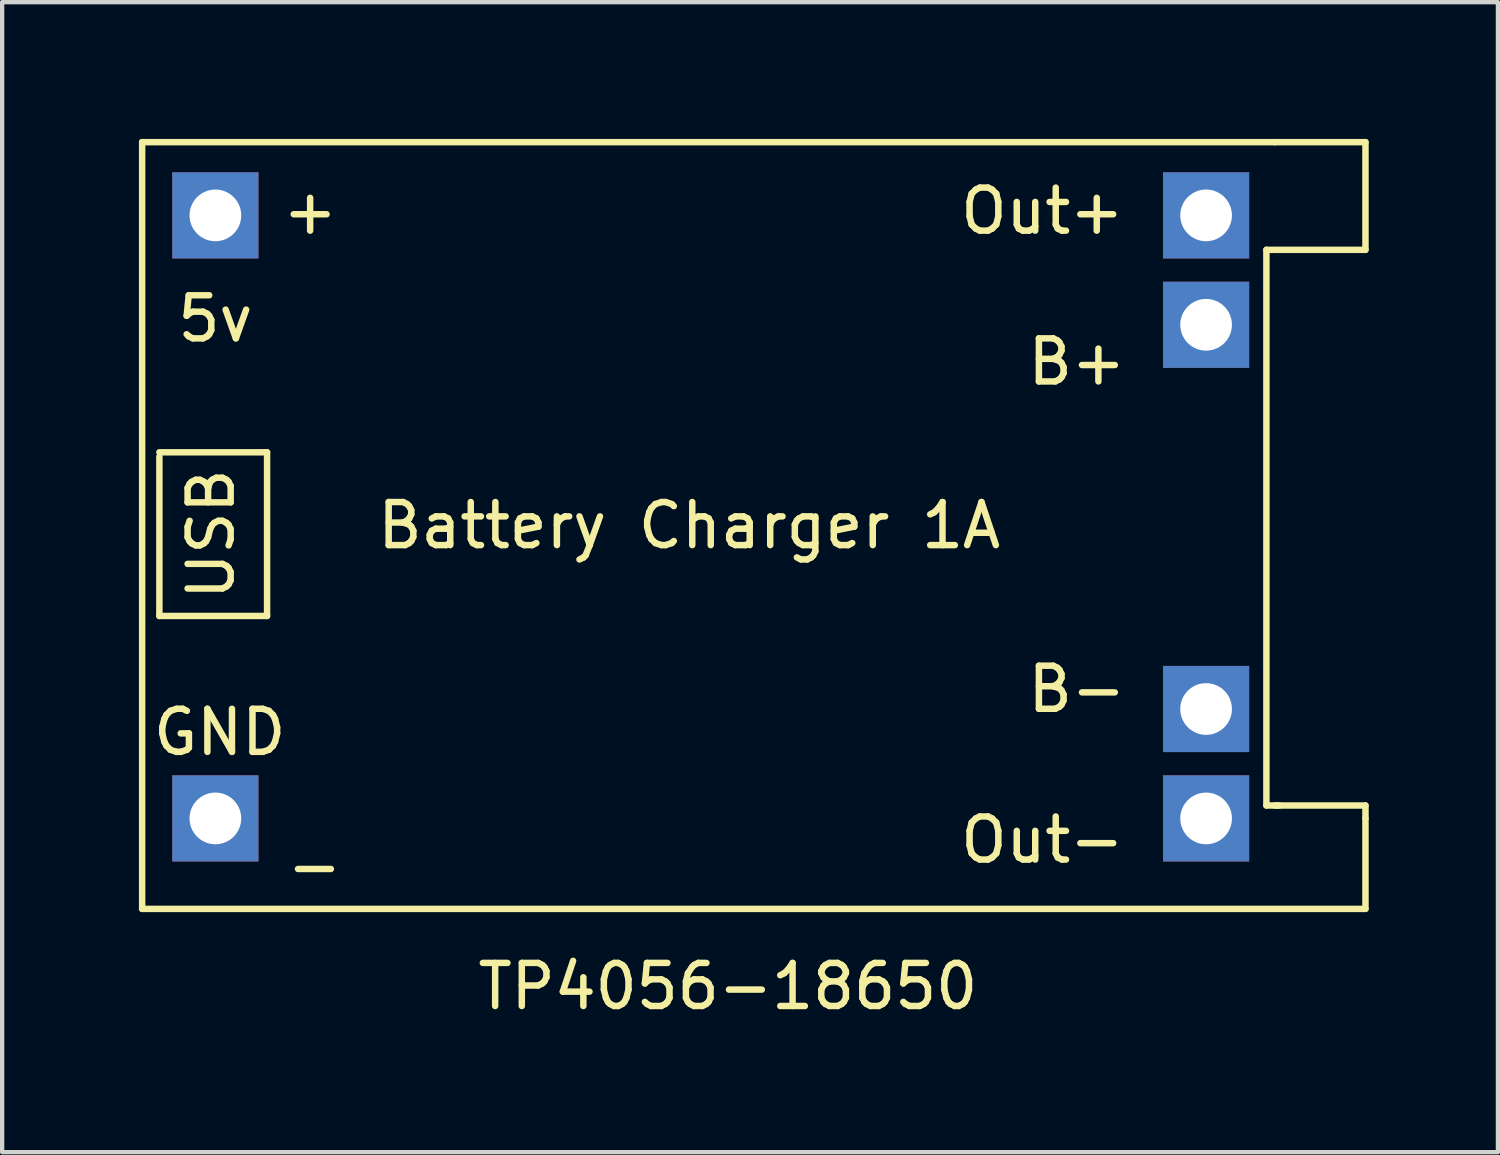
<source format=kicad_pcb>
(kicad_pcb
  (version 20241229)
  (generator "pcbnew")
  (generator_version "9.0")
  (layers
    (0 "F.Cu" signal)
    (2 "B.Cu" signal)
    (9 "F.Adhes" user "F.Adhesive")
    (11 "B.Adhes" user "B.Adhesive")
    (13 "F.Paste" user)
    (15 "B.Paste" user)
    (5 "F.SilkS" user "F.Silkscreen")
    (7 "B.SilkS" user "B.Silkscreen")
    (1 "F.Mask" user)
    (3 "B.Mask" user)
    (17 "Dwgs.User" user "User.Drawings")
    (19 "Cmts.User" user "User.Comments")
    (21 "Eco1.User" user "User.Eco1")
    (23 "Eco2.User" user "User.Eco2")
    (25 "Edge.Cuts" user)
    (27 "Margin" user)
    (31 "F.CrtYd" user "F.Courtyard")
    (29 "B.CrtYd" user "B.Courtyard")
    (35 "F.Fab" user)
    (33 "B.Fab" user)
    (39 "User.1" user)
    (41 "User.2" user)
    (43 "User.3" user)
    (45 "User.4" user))
  (footprint "TP4056-18650"
    (layer "F.Cu")
    (at 0.25 0.25)
    (property "Reference" "TP4056-18650" (at 13.6 19.6 0) (layer "F.SilkS") (effects (font (size 1 1) (thickness 0.15))))
    (attr through_hole)
    (fp_line (start 0 0) (end 26.3 0) (stroke (width 0.15) (type solid)) (layer "F.SilkS"))
    (fp_line (start 0 17.8) (end 0 0) (stroke (width 0.15) (type solid)) (layer "F.SilkS"))
    (fp_line (start 0.4 7.2) (end 2.9 7.2) (stroke (width 0.15) (type solid)) (layer "F.SilkS"))
    (fp_line (start 0.4 11) (end 0.4 7.3) (stroke (width 0.15) (type solid)) (layer "F.SilkS"))
    (fp_line (start 2.9 7.2) (end 2.9 11) (stroke (width 0.15) (type solid)) (layer "F.SilkS"))
    (fp_line (start 2.9 11) (end 0.4 11) (stroke (width 0.15) (type solid)) (layer "F.SilkS"))
    (fp_line (start 26.1 2.5) (end 26.1 15.4) (stroke (width 0.15) (type solid)) (layer "F.SilkS"))
    (fp_line (start 26.1 15.4) (end 26.4 15.4) (stroke (width 0.15) (type solid)) (layer "F.SilkS"))
    (fp_line (start 26.3 0) (end 28.4 0) (stroke (width 0.15) (type solid)) (layer "F.SilkS"))
    (fp_line (start 26.3 15.4) (end 28.4 15.4) (stroke (width 0.15) (type solid)) (layer "F.SilkS"))
    (fp_line (start 28.4 0) (end 28.4 2.5) (stroke (width 0.15) (type solid)) (layer "F.SilkS"))
    (fp_line (start 28.4 2.5) (end 26.1 2.5) (stroke (width 0.15) (type solid)) (layer "F.SilkS"))
    (fp_line (start 28.4 15.4) (end 28.4 15.7) (stroke (width 0.15) (type solid)) (layer "F.SilkS"))
    (fp_line (start 28.4 15.7) (end 28.4 17.8) (stroke (width 0.15) (type solid)) (layer "F.SilkS"))
    (fp_line (start 28.4 17.8) (end 0 17.8) (stroke (width 0.15) (type solid)) (layer "F.SilkS"))
    (fp_text user "USB" (at 1.6 9.1 90) (layer "F.SilkS") (effects (font (size 1 1) (thickness 0.15))))
    (fp_text user "Out-" (at 20.9 16.2 0) (layer "F.SilkS") (effects (font (size 1 1) (thickness 0.15))))
    (fp_text user "+" (at 3.9 1.6 0) (layer "F.SilkS") (effects (font (size 1 1) (thickness 0.15))))
    (fp_text user "-" (at 4 16.8 0) (layer "F.SilkS") (effects (font (size 1 1) (thickness 0.15))))
    (fp_text user "Battery Charger 1A" (at 12.7 8.9 0) (layer "F.SilkS") (effects (font (size 1 1) (thickness 0.15))))
    (fp_text user "5v" (at 1.7 4.1 0) (layer "F.SilkS") (effects (font (size 1 1) (thickness 0.15))))
    (fp_text user "B-" (at 21.7 12.7 0) (layer "F.SilkS") (effects (font (size 1 1) (thickness 0.15))))
    (fp_text user "GND" (at 1.8 13.7 0) (layer "F.SilkS") (effects (font (size 1 1) (thickness 0.15))))
    (fp_text user "B+" (at 21.7 5.1 0) (layer "F.SilkS") (effects (font (size 1 1) (thickness 0.15))))
    (fp_text user "Out+" (at 20.9 1.6 0) (layer "F.SilkS") (effects (font (size 1 1) (thickness 0.15))))
    (pad "1" thru_hole rect (at 1.7 1.7) (size 2 2) (drill 1.2) (layers "*.Cu" "*.Mask"))
    (pad "2" thru_hole rect (at 1.7 15.7) (size 2 2) (drill 1.2) (layers "*.Cu" "*.Mask"))
    (pad "3" thru_hole rect (at 24.7 1.7) (size 2 2) (drill 1.2) (layers "*.Cu" "*.Mask"))
    (pad "4" thru_hole rect (at 24.7 15.7) (size 2 2) (drill 1.2) (layers "*.Cu" "*.Mask"))
    (pad "5" thru_hole rect (at 24.7 4.24) (size 2 2) (drill 1.2) (layers "*.Cu" "*.Mask"))
    (pad "6" thru_hole rect (at 24.7 13.16) (size 2 2) (drill 1.2) (layers "*.Cu" "*.Mask")))
  (gr_rect
    (start -3 -3)
    (end 31.725 23.698)
    (stroke (width 0.1) (type default))
    (fill no)
    (layer "Edge.Cuts")))
</source>
